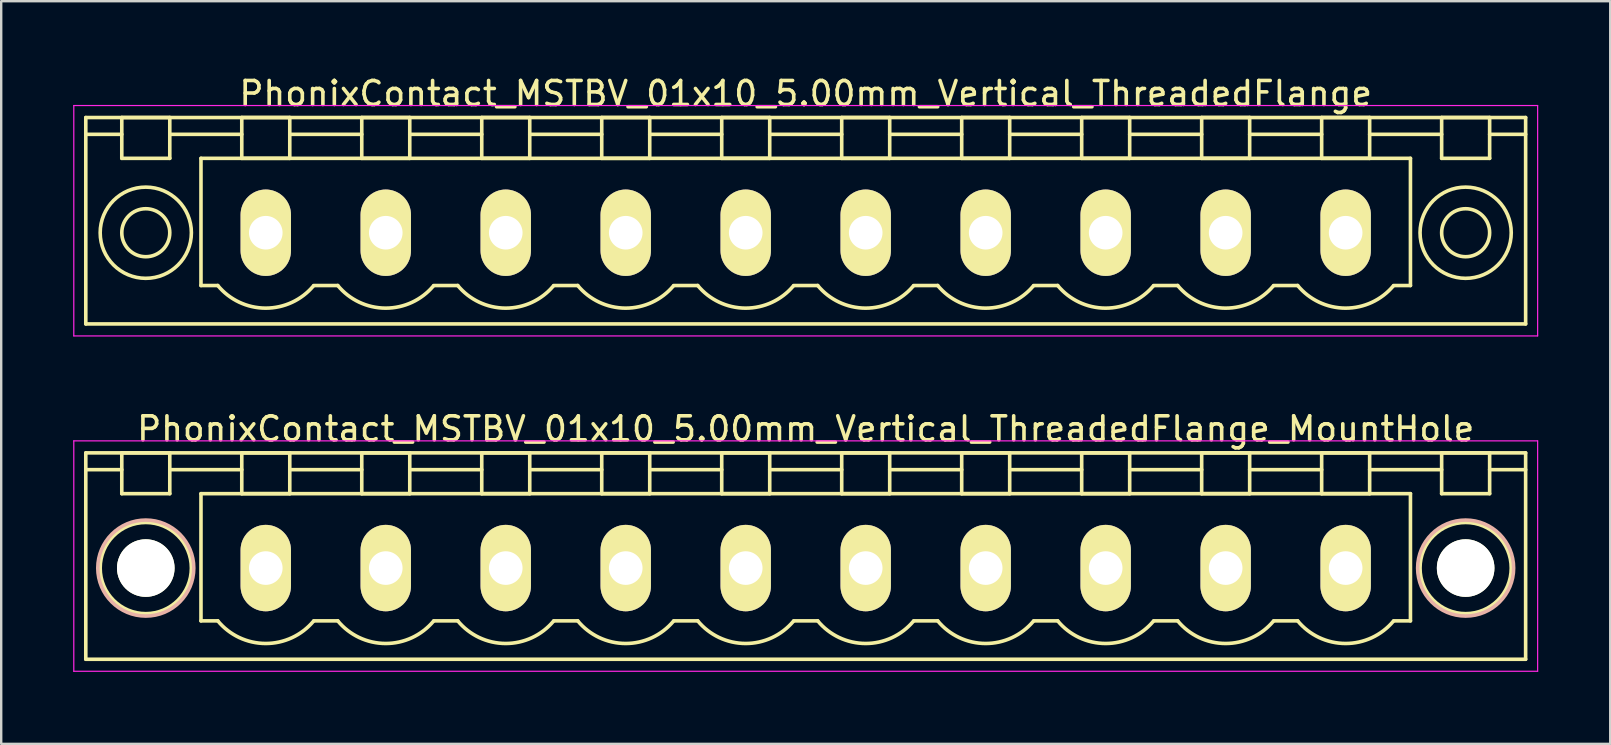
<source format=kicad_pcb>
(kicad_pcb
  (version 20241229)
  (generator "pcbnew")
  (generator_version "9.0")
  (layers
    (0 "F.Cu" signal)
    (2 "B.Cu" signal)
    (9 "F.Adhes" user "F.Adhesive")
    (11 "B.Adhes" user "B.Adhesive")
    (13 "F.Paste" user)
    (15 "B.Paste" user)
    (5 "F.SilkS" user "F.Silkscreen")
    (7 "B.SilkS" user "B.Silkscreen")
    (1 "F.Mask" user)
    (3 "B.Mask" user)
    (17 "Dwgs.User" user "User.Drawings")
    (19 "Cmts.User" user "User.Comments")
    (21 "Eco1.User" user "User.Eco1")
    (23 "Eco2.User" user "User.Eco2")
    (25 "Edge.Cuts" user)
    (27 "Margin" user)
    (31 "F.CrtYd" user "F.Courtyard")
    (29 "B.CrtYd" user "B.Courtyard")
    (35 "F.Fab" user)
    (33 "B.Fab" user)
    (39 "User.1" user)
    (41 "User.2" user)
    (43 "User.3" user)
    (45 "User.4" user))
  (footprint "PhonixContact_MSTBV_01x10_5.00mm_Vertical_ThreadedFlange"
    (layer "F.Cu")
    (at 8.025 6.648)
    (property "Reference" "PhonixContact_MSTBV_01x10_5.00mm_Vertical_ThreadedFlange" (at 22.5 -5.8 0) (layer "F.SilkS") (effects (font (size 1 1) (thickness 0.15))))
    (attr through_hole)
    (fp_line (start -7.5 -4.8) (end -7.5 3.8) (stroke (width 0.15) (type solid)) (layer "F.SilkS"))
    (fp_line (start -7.5 -4.1) (end -6 -4.1) (stroke (width 0.15) (type solid)) (layer "F.SilkS"))
    (fp_line (start -7.5 3.8) (end 52.5 3.8) (stroke (width 0.15) (type solid)) (layer "F.SilkS"))
    (fp_line (start -6 -4.8) (end -4 -4.8) (stroke (width 0.15) (type solid)) (layer "F.SilkS"))
    (fp_line (start -6 -3.1) (end -6 -4.8) (stroke (width 0.15) (type solid)) (layer "F.SilkS"))
    (fp_line (start -4 -4.8) (end -4 -3.1) (stroke (width 0.15) (type solid)) (layer "F.SilkS"))
    (fp_line (start -4 -4.1) (end -1 -4.1) (stroke (width 0.15) (type solid)) (layer "F.SilkS"))
    (fp_line (start -4 -3.1) (end -6 -3.1) (stroke (width 0.15) (type solid)) (layer "F.SilkS"))
    (fp_line (start -2.7 -3.1) (end 47.7 -3.1) (stroke (width 0.15) (type solid)) (layer "F.SilkS"))
    (fp_line (start -2.7 2.2) (end -2.7 -3.1) (stroke (width 0.15) (type solid)) (layer "F.SilkS"))
    (fp_line (start -2 2.2) (end -2.7 2.2) (stroke (width 0.15) (type solid)) (layer "F.SilkS"))
    (fp_line (start -1 -4.8) (end 1 -4.8) (stroke (width 0.15) (type solid)) (layer "F.SilkS"))
    (fp_line (start -1 -3.1) (end -1 -4.8) (stroke (width 0.15) (type solid)) (layer "F.SilkS"))
    (fp_line (start 1 -4.8) (end 1 -3.1) (stroke (width 0.15) (type solid)) (layer "F.SilkS"))
    (fp_line (start 1 -4.1) (end 4 -4.1) (stroke (width 0.15) (type solid)) (layer "F.SilkS"))
    (fp_line (start 1 -3.1) (end -1 -3.1) (stroke (width 0.15) (type solid)) (layer "F.SilkS"))
    (fp_line (start 2 2.2) (end 3 2.2) (stroke (width 0.15) (type solid)) (layer "F.SilkS"))
    (fp_line (start 4 -4.8) (end 6 -4.8) (stroke (width 0.15) (type solid)) (layer "F.SilkS"))
    (fp_line (start 4 -3.1) (end 4 -4.8) (stroke (width 0.15) (type solid)) (layer "F.SilkS"))
    (fp_line (start 6 -4.8) (end 6 -3.1) (stroke (width 0.15) (type solid)) (layer "F.SilkS"))
    (fp_line (start 6 -4.1) (end 9 -4.1) (stroke (width 0.15) (type solid)) (layer "F.SilkS"))
    (fp_line (start 6 -3.1) (end 4 -3.1) (stroke (width 0.15) (type solid)) (layer "F.SilkS"))
    (fp_line (start 7 2.2) (end 8 2.2) (stroke (width 0.15) (type solid)) (layer "F.SilkS"))
    (fp_line (start 9 -4.8) (end 11 -4.8) (stroke (width 0.15) (type solid)) (layer "F.SilkS"))
    (fp_line (start 9 -3.1) (end 9 -4.8) (stroke (width 0.15) (type solid)) (layer "F.SilkS"))
    (fp_line (start 11 -4.8) (end 11 -3.1) (stroke (width 0.15) (type solid)) (layer "F.SilkS"))
    (fp_line (start 11 -4.1) (end 14 -4.1) (stroke (width 0.15) (type solid)) (layer "F.SilkS"))
    (fp_line (start 11 -3.1) (end 9 -3.1) (stroke (width 0.15) (type solid)) (layer "F.SilkS"))
    (fp_line (start 12 2.2) (end 13 2.2) (stroke (width 0.15) (type solid)) (layer "F.SilkS"))
    (fp_line (start 14 -4.8) (end 16 -4.8) (stroke (width 0.15) (type solid)) (layer "F.SilkS"))
    (fp_line (start 14 -3.1) (end 14 -4.8) (stroke (width 0.15) (type solid)) (layer "F.SilkS"))
    (fp_line (start 16 -4.8) (end 16 -3.1) (stroke (width 0.15) (type solid)) (layer "F.SilkS"))
    (fp_line (start 16 -4.1) (end 19 -4.1) (stroke (width 0.15) (type solid)) (layer "F.SilkS"))
    (fp_line (start 16 -3.1) (end 14 -3.1) (stroke (width 0.15) (type solid)) (layer "F.SilkS"))
    (fp_line (start 17 2.2) (end 18 2.2) (stroke (width 0.15) (type solid)) (layer "F.SilkS"))
    (fp_line (start 19 -4.8) (end 21 -4.8) (stroke (width 0.15) (type solid)) (layer "F.SilkS"))
    (fp_line (start 19 -3.1) (end 19 -4.8) (stroke (width 0.15) (type solid)) (layer "F.SilkS"))
    (fp_line (start 21 -4.8) (end 21 -3.1) (stroke (width 0.15) (type solid)) (layer "F.SilkS"))
    (fp_line (start 21 -4.1) (end 24 -4.1) (stroke (width 0.15) (type solid)) (layer "F.SilkS"))
    (fp_line (start 21 -3.1) (end 19 -3.1) (stroke (width 0.15) (type solid)) (layer "F.SilkS"))
    (fp_line (start 22 2.2) (end 23 2.2) (stroke (width 0.15) (type solid)) (layer "F.SilkS"))
    (fp_line (start 24 -4.8) (end 26 -4.8) (stroke (width 0.15) (type solid)) (layer "F.SilkS"))
    (fp_line (start 24 -3.1) (end 24 -4.8) (stroke (width 0.15) (type solid)) (layer "F.SilkS"))
    (fp_line (start 26 -4.8) (end 26 -3.1) (stroke (width 0.15) (type solid)) (layer "F.SilkS"))
    (fp_line (start 26 -4.1) (end 29 -4.1) (stroke (width 0.15) (type solid)) (layer "F.SilkS"))
    (fp_line (start 26 -3.1) (end 24 -3.1) (stroke (width 0.15) (type solid)) (layer "F.SilkS"))
    (fp_line (start 27 2.2) (end 28 2.2) (stroke (width 0.15) (type solid)) (layer "F.SilkS"))
    (fp_line (start 29 -4.8) (end 31 -4.8) (stroke (width 0.15) (type solid)) (layer "F.SilkS"))
    (fp_line (start 29 -3.1) (end 29 -4.8) (stroke (width 0.15) (type solid)) (layer "F.SilkS"))
    (fp_line (start 31 -4.8) (end 31 -3.1) (stroke (width 0.15) (type solid)) (layer "F.SilkS"))
    (fp_line (start 31 -4.1) (end 34 -4.1) (stroke (width 0.15) (type solid)) (layer "F.SilkS"))
    (fp_line (start 31 -3.1) (end 29 -3.1) (stroke (width 0.15) (type solid)) (layer "F.SilkS"))
    (fp_line (start 32 2.2) (end 33 2.2) (stroke (width 0.15) (type solid)) (layer "F.SilkS"))
    (fp_line (start 34 -4.8) (end 36 -4.8) (stroke (width 0.15) (type solid)) (layer "F.SilkS"))
    (fp_line (start 34 -3.1) (end 34 -4.8) (stroke (width 0.15) (type solid)) (layer "F.SilkS"))
    (fp_line (start 36 -4.8) (end 36 -3.1) (stroke (width 0.15) (type solid)) (layer "F.SilkS"))
    (fp_line (start 36 -4.1) (end 39 -4.1) (stroke (width 0.15) (type solid)) (layer "F.SilkS"))
    (fp_line (start 36 -3.1) (end 34 -3.1) (stroke (width 0.15) (type solid)) (layer "F.SilkS"))
    (fp_line (start 37 2.2) (end 38 2.2) (stroke (width 0.15) (type solid)) (layer "F.SilkS"))
    (fp_line (start 39 -4.8) (end 41 -4.8) (stroke (width 0.15) (type solid)) (layer "F.SilkS"))
    (fp_line (start 39 -3.1) (end 39 -4.8) (stroke (width 0.15) (type solid)) (layer "F.SilkS"))
    (fp_line (start 41 -4.8) (end 41 -3.1) (stroke (width 0.15) (type solid)) (layer "F.SilkS"))
    (fp_line (start 41 -4.1) (end 44 -4.1) (stroke (width 0.15) (type solid)) (layer "F.SilkS"))
    (fp_line (start 41 -3.1) (end 39 -3.1) (stroke (width 0.15) (type solid)) (layer "F.SilkS"))
    (fp_line (start 42 2.2) (end 43 2.2) (stroke (width 0.15) (type solid)) (layer "F.SilkS"))
    (fp_line (start 44 -4.8) (end 46 -4.8) (stroke (width 0.15) (type solid)) (layer "F.SilkS"))
    (fp_line (start 44 -3.1) (end 44 -4.8) (stroke (width 0.15) (type solid)) (layer "F.SilkS"))
    (fp_line (start 46 -4.8) (end 46 -3.1) (stroke (width 0.15) (type solid)) (layer "F.SilkS"))
    (fp_line (start 46 -4.1) (end 49 -4.1) (stroke (width 0.15) (type solid)) (layer "F.SilkS"))
    (fp_line (start 46 -3.1) (end 44 -3.1) (stroke (width 0.15) (type solid)) (layer "F.SilkS"))
    (fp_line (start 47.7 -3.1) (end 47.7 2.2) (stroke (width 0.15) (type solid)) (layer "F.SilkS"))
    (fp_line (start 47.7 2.2) (end 47 2.2) (stroke (width 0.15) (type solid)) (layer "F.SilkS"))
    (fp_line (start 49 -4.8) (end 51 -4.8) (stroke (width 0.15) (type solid)) (layer "F.SilkS"))
    (fp_line (start 49 -3.1) (end 49 -4.8) (stroke (width 0.15) (type solid)) (layer "F.SilkS"))
    (fp_line (start 51 -4.8) (end 51 -3.1) (stroke (width 0.15) (type solid)) (layer "F.SilkS"))
    (fp_line (start 51 -3.1) (end 49 -3.1) (stroke (width 0.15) (type solid)) (layer "F.SilkS"))
    (fp_line (start 52.5 -4.8) (end -7.5 -4.8) (stroke (width 0.15) (type solid)) (layer "F.SilkS"))
    (fp_line (start 52.5 -4.1) (end 51 -4.1) (stroke (width 0.15) (type solid)) (layer "F.SilkS"))
    (fp_line (start 52.5 3.8) (end 52.5 -4.8) (stroke (width 0.15) (type solid)) (layer "F.SilkS"))
    (fp_arc (start 1.986842 2.215821) (mid -0.010289 3.142758) (end -2 2.2) (stroke (width 0.15) (type solid)) (layer "F.SilkS"))
    (fp_arc (start 6.986842 2.215821) (mid 4.989711 3.142758) (end 3 2.2) (stroke (width 0.15) (type solid)) (layer "F.SilkS"))
    (fp_arc (start 11.986842 2.215821) (mid 9.989711 3.142758) (end 8 2.2) (stroke (width 0.15) (type solid)) (layer "F.SilkS"))
    (fp_arc (start 16.986842 2.215821) (mid 14.989711 3.142758) (end 13 2.2) (stroke (width 0.15) (type solid)) (layer "F.SilkS"))
    (fp_arc (start 21.986842 2.215821) (mid 19.989711 3.142758) (end 18 2.2) (stroke (width 0.15) (type solid)) (layer "F.SilkS"))
    (fp_arc (start 26.986842 2.215821) (mid 24.989711 3.142758) (end 23 2.2) (stroke (width 0.15) (type solid)) (layer "F.SilkS"))
    (fp_arc (start 31.986842 2.215821) (mid 29.989711 3.142758) (end 28 2.2) (stroke (width 0.15) (type solid)) (layer "F.SilkS"))
    (fp_arc (start 36.986842 2.215821) (mid 34.989711 3.142758) (end 33 2.2) (stroke (width 0.15) (type solid)) (layer "F.SilkS"))
    (fp_arc (start 41.986842 2.215821) (mid 39.989711 3.142758) (end 38 2.2) (stroke (width 0.15) (type solid)) (layer "F.SilkS"))
    (fp_arc (start 46.986842 2.215821) (mid 44.989711 3.142758) (end 43 2.2) (stroke (width 0.15) (type solid)) (layer "F.SilkS"))
    (fp_circle (center -5 0) (end -4 0) (stroke (width 0.15) (type solid)) (fill no) (layer "F.SilkS"))
    (fp_circle (center -5 0) (end -3.1 0) (stroke (width 0.15) (type solid)) (fill no) (layer "F.SilkS"))
    (fp_circle (center 50 0) (end 51 0) (stroke (width 0.15) (type solid)) (fill no) (layer "F.SilkS"))
    (fp_circle (center 50 0) (end 51.9 0) (stroke (width 0.15) (type solid)) (fill no) (layer "F.SilkS"))
    (fp_line (start -8 -5.3) (end -8 4.3) (stroke (width 0.05) (type solid)) (layer "F.CrtYd"))
    (fp_line (start -8 4.3) (end 53 4.3) (stroke (width 0.05) (type solid)) (layer "F.CrtYd"))
    (fp_line (start 53 -5.3) (end -8 -5.3) (stroke (width 0.05) (type solid)) (layer "F.CrtYd"))
    (fp_line (start 53 4.3) (end 53 -5.3) (stroke (width 0.05) (type solid)) (layer "F.CrtYd"))
    (pad "1" thru_hole oval (at 0 0) (size 2.1 3.6) (drill 1.4) (layers "*.Cu" "*.Mask" "F.SilkS"))
    (pad "2" thru_hole oval (at 5 0) (size 2.1 3.6) (drill 1.4) (layers "*.Cu" "*.Mask" "F.SilkS"))
    (pad "3" thru_hole oval (at 10 0) (size 2.1 3.6) (drill 1.4) (layers "*.Cu" "*.Mask" "F.SilkS"))
    (pad "4" thru_hole oval (at 15 0) (size 2.1 3.6) (drill 1.4) (layers "*.Cu" "*.Mask" "F.SilkS"))
    (pad "5" thru_hole oval (at 20 0) (size 2.1 3.6) (drill 1.4) (layers "*.Cu" "*.Mask" "F.SilkS"))
    (pad "6" thru_hole oval (at 25 0) (size 2.1 3.6) (drill 1.4) (layers "*.Cu" "*.Mask" "F.SilkS"))
    (pad "7" thru_hole oval (at 30 0) (size 2.1 3.6) (drill 1.4) (layers "*.Cu" "*.Mask" "F.SilkS"))
    (pad "8" thru_hole oval (at 35 0) (size 2.1 3.6) (drill 1.4) (layers "*.Cu" "*.Mask" "F.SilkS"))
    (pad "9" thru_hole oval (at 40 0) (size 2.1 3.6) (drill 1.4) (layers "*.Cu" "*.Mask" "F.SilkS"))
    (pad "10" thru_hole oval (at 45 0) (size 2.1 3.6) (drill 1.4) (layers "*.Cu" "*.Mask" "F.SilkS")))
  (footprint "PhonixContact_MSTBV_01x10_5.00mm_Vertical_ThreadedFlange_MountHole"
    (layer "F.Cu")
    (at 8.025 20.622)
    (property "Reference" "PhonixContact_MSTBV_01x10_5.00mm_Vertical_ThreadedFlange_MountHole" (at 22.5 -5.8 0) (layer "F.SilkS") (effects (font (size 1 1) (thickness 0.15))))
    (attr through_hole)
    (fp_line (start -7.5 -4.8) (end -7.5 3.8) (stroke (width 0.15) (type solid)) (layer "F.SilkS"))
    (fp_line (start -7.5 -4.1) (end -6 -4.1) (stroke (width 0.15) (type solid)) (layer "F.SilkS"))
    (fp_line (start -7.5 3.8) (end 52.5 3.8) (stroke (width 0.15) (type solid)) (layer "F.SilkS"))
    (fp_line (start -6 -4.8) (end -4 -4.8) (stroke (width 0.15) (type solid)) (layer "F.SilkS"))
    (fp_line (start -6 -3.1) (end -6 -4.8) (stroke (width 0.15) (type solid)) (layer "F.SilkS"))
    (fp_line (start -4 -4.8) (end -4 -3.1) (stroke (width 0.15) (type solid)) (layer "F.SilkS"))
    (fp_line (start -4 -4.1) (end -1 -4.1) (stroke (width 0.15) (type solid)) (layer "F.SilkS"))
    (fp_line (start -4 -3.1) (end -6 -3.1) (stroke (width 0.15) (type solid)) (layer "F.SilkS"))
    (fp_line (start -2.7 -3.1) (end 47.7 -3.1) (stroke (width 0.15) (type solid)) (layer "F.SilkS"))
    (fp_line (start -2.7 2.2) (end -2.7 -3.1) (stroke (width 0.15) (type solid)) (layer "F.SilkS"))
    (fp_line (start -2 2.2) (end -2.7 2.2) (stroke (width 0.15) (type solid)) (layer "F.SilkS"))
    (fp_line (start -1 -4.8) (end 1 -4.8) (stroke (width 0.15) (type solid)) (layer "F.SilkS"))
    (fp_line (start -1 -3.1) (end -1 -4.8) (stroke (width 0.15) (type solid)) (layer "F.SilkS"))
    (fp_line (start 1 -4.8) (end 1 -3.1) (stroke (width 0.15) (type solid)) (layer "F.SilkS"))
    (fp_line (start 1 -4.1) (end 4 -4.1) (stroke (width 0.15) (type solid)) (layer "F.SilkS"))
    (fp_line (start 1 -3.1) (end -1 -3.1) (stroke (width 0.15) (type solid)) (layer "F.SilkS"))
    (fp_line (start 2 2.2) (end 3 2.2) (stroke (width 0.15) (type solid)) (layer "F.SilkS"))
    (fp_line (start 4 -4.8) (end 6 -4.8) (stroke (width 0.15) (type solid)) (layer "F.SilkS"))
    (fp_line (start 4 -3.1) (end 4 -4.8) (stroke (width 0.15) (type solid)) (layer "F.SilkS"))
    (fp_line (start 6 -4.8) (end 6 -3.1) (stroke (width 0.15) (type solid)) (layer "F.SilkS"))
    (fp_line (start 6 -4.1) (end 9 -4.1) (stroke (width 0.15) (type solid)) (layer "F.SilkS"))
    (fp_line (start 6 -3.1) (end 4 -3.1) (stroke (width 0.15) (type solid)) (layer "F.SilkS"))
    (fp_line (start 7 2.2) (end 8 2.2) (stroke (width 0.15) (type solid)) (layer "F.SilkS"))
    (fp_line (start 9 -4.8) (end 11 -4.8) (stroke (width 0.15) (type solid)) (layer "F.SilkS"))
    (fp_line (start 9 -3.1) (end 9 -4.8) (stroke (width 0.15) (type solid)) (layer "F.SilkS"))
    (fp_line (start 11 -4.8) (end 11 -3.1) (stroke (width 0.15) (type solid)) (layer "F.SilkS"))
    (fp_line (start 11 -4.1) (end 14 -4.1) (stroke (width 0.15) (type solid)) (layer "F.SilkS"))
    (fp_line (start 11 -3.1) (end 9 -3.1) (stroke (width 0.15) (type solid)) (layer "F.SilkS"))
    (fp_line (start 12 2.2) (end 13 2.2) (stroke (width 0.15) (type solid)) (layer "F.SilkS"))
    (fp_line (start 14 -4.8) (end 16 -4.8) (stroke (width 0.15) (type solid)) (layer "F.SilkS"))
    (fp_line (start 14 -3.1) (end 14 -4.8) (stroke (width 0.15) (type solid)) (layer "F.SilkS"))
    (fp_line (start 16 -4.8) (end 16 -3.1) (stroke (width 0.15) (type solid)) (layer "F.SilkS"))
    (fp_line (start 16 -4.1) (end 19 -4.1) (stroke (width 0.15) (type solid)) (layer "F.SilkS"))
    (fp_line (start 16 -3.1) (end 14 -3.1) (stroke (width 0.15) (type solid)) (layer "F.SilkS"))
    (fp_line (start 17 2.2) (end 18 2.2) (stroke (width 0.15) (type solid)) (layer "F.SilkS"))
    (fp_line (start 19 -4.8) (end 21 -4.8) (stroke (width 0.15) (type solid)) (layer "F.SilkS"))
    (fp_line (start 19 -3.1) (end 19 -4.8) (stroke (width 0.15) (type solid)) (layer "F.SilkS"))
    (fp_line (start 21 -4.8) (end 21 -3.1) (stroke (width 0.15) (type solid)) (layer "F.SilkS"))
    (fp_line (start 21 -4.1) (end 24 -4.1) (stroke (width 0.15) (type solid)) (layer "F.SilkS"))
    (fp_line (start 21 -3.1) (end 19 -3.1) (stroke (width 0.15) (type solid)) (layer "F.SilkS"))
    (fp_line (start 22 2.2) (end 23 2.2) (stroke (width 0.15) (type solid)) (layer "F.SilkS"))
    (fp_line (start 24 -4.8) (end 26 -4.8) (stroke (width 0.15) (type solid)) (layer "F.SilkS"))
    (fp_line (start 24 -3.1) (end 24 -4.8) (stroke (width 0.15) (type solid)) (layer "F.SilkS"))
    (fp_line (start 26 -4.8) (end 26 -3.1) (stroke (width 0.15) (type solid)) (layer "F.SilkS"))
    (fp_line (start 26 -4.1) (end 29 -4.1) (stroke (width 0.15) (type solid)) (layer "F.SilkS"))
    (fp_line (start 26 -3.1) (end 24 -3.1) (stroke (width 0.15) (type solid)) (layer "F.SilkS"))
    (fp_line (start 27 2.2) (end 28 2.2) (stroke (width 0.15) (type solid)) (layer "F.SilkS"))
    (fp_line (start 29 -4.8) (end 31 -4.8) (stroke (width 0.15) (type solid)) (layer "F.SilkS"))
    (fp_line (start 29 -3.1) (end 29 -4.8) (stroke (width 0.15) (type solid)) (layer "F.SilkS"))
    (fp_line (start 31 -4.8) (end 31 -3.1) (stroke (width 0.15) (type solid)) (layer "F.SilkS"))
    (fp_line (start 31 -4.1) (end 34 -4.1) (stroke (width 0.15) (type solid)) (layer "F.SilkS"))
    (fp_line (start 31 -3.1) (end 29 -3.1) (stroke (width 0.15) (type solid)) (layer "F.SilkS"))
    (fp_line (start 32 2.2) (end 33 2.2) (stroke (width 0.15) (type solid)) (layer "F.SilkS"))
    (fp_line (start 34 -4.8) (end 36 -4.8) (stroke (width 0.15) (type solid)) (layer "F.SilkS"))
    (fp_line (start 34 -3.1) (end 34 -4.8) (stroke (width 0.15) (type solid)) (layer "F.SilkS"))
    (fp_line (start 36 -4.8) (end 36 -3.1) (stroke (width 0.15) (type solid)) (layer "F.SilkS"))
    (fp_line (start 36 -4.1) (end 39 -4.1) (stroke (width 0.15) (type solid)) (layer "F.SilkS"))
    (fp_line (start 36 -3.1) (end 34 -3.1) (stroke (width 0.15) (type solid)) (layer "F.SilkS"))
    (fp_line (start 37 2.2) (end 38 2.2) (stroke (width 0.15) (type solid)) (layer "F.SilkS"))
    (fp_line (start 39 -4.8) (end 41 -4.8) (stroke (width 0.15) (type solid)) (layer "F.SilkS"))
    (fp_line (start 39 -3.1) (end 39 -4.8) (stroke (width 0.15) (type solid)) (layer "F.SilkS"))
    (fp_line (start 41 -4.8) (end 41 -3.1) (stroke (width 0.15) (type solid)) (layer "F.SilkS"))
    (fp_line (start 41 -4.1) (end 44 -4.1) (stroke (width 0.15) (type solid)) (layer "F.SilkS"))
    (fp_line (start 41 -3.1) (end 39 -3.1) (stroke (width 0.15) (type solid)) (layer "F.SilkS"))
    (fp_line (start 42 2.2) (end 43 2.2) (stroke (width 0.15) (type solid)) (layer "F.SilkS"))
    (fp_line (start 44 -4.8) (end 46 -4.8) (stroke (width 0.15) (type solid)) (layer "F.SilkS"))
    (fp_line (start 44 -3.1) (end 44 -4.8) (stroke (width 0.15) (type solid)) (layer "F.SilkS"))
    (fp_line (start 46 -4.8) (end 46 -3.1) (stroke (width 0.15) (type solid)) (layer "F.SilkS"))
    (fp_line (start 46 -4.1) (end 49 -4.1) (stroke (width 0.15) (type solid)) (layer "F.SilkS"))
    (fp_line (start 46 -3.1) (end 44 -3.1) (stroke (width 0.15) (type solid)) (layer "F.SilkS"))
    (fp_line (start 47.7 -3.1) (end 47.7 2.2) (stroke (width 0.15) (type solid)) (layer "F.SilkS"))
    (fp_line (start 47.7 2.2) (end 47 2.2) (stroke (width 0.15) (type solid)) (layer "F.SilkS"))
    (fp_line (start 49 -4.8) (end 51 -4.8) (stroke (width 0.15) (type solid)) (layer "F.SilkS"))
    (fp_line (start 49 -3.1) (end 49 -4.8) (stroke (width 0.15) (type solid)) (layer "F.SilkS"))
    (fp_line (start 51 -4.8) (end 51 -3.1) (stroke (width 0.15) (type solid)) (layer "F.SilkS"))
    (fp_line (start 51 -3.1) (end 49 -3.1) (stroke (width 0.15) (type solid)) (layer "F.SilkS"))
    (fp_line (start 52.5 -4.8) (end -7.5 -4.8) (stroke (width 0.15) (type solid)) (layer "F.SilkS"))
    (fp_line (start 52.5 -4.1) (end 51 -4.1) (stroke (width 0.15) (type solid)) (layer "F.SilkS"))
    (fp_line (start 52.5 3.8) (end 52.5 -4.8) (stroke (width 0.15) (type solid)) (layer "F.SilkS"))
    (fp_arc (start 1.986842 2.215821) (mid -0.010289 3.142758) (end -2 2.2) (stroke (width 0.15) (type solid)) (layer "F.SilkS"))
    (fp_arc (start 6.986842 2.215821) (mid 4.989711 3.142758) (end 3 2.2) (stroke (width 0.15) (type solid)) (layer "F.SilkS"))
    (fp_arc (start 11.986842 2.215821) (mid 9.989711 3.142758) (end 8 2.2) (stroke (width 0.15) (type solid)) (layer "F.SilkS"))
    (fp_arc (start 16.986842 2.215821) (mid 14.989711 3.142758) (end 13 2.2) (stroke (width 0.15) (type solid)) (layer "F.SilkS"))
    (fp_arc (start 21.986842 2.215821) (mid 19.989711 3.142758) (end 18 2.2) (stroke (width 0.15) (type solid)) (layer "F.SilkS"))
    (fp_arc (start 26.986842 2.215821) (mid 24.989711 3.142758) (end 23 2.2) (stroke (width 0.15) (type solid)) (layer "F.SilkS"))
    (fp_arc (start 31.986842 2.215821) (mid 29.989711 3.142758) (end 28 2.2) (stroke (width 0.15) (type solid)) (layer "F.SilkS"))
    (fp_arc (start 36.986842 2.215821) (mid 34.989711 3.142758) (end 33 2.2) (stroke (width 0.15) (type solid)) (layer "F.SilkS"))
    (fp_arc (start 41.986842 2.215821) (mid 39.989711 3.142758) (end 38 2.2) (stroke (width 0.15) (type solid)) (layer "F.SilkS"))
    (fp_arc (start 46.986842 2.215821) (mid 44.989711 3.142758) (end 43 2.2) (stroke (width 0.15) (type solid)) (layer "F.SilkS"))
    (fp_circle (center -5 0) (end -4 0) (stroke (width 0.15) (type solid)) (fill no) (layer "F.SilkS"))
    (fp_circle (center -5 0) (end -3.1 0) (stroke (width 0.15) (type solid)) (fill no) (layer "F.SilkS"))
    (fp_circle (center 50 0) (end 51 0) (stroke (width 0.15) (type solid)) (fill no) (layer "F.SilkS"))
    (fp_circle (center 50 0) (end 51.9 0) (stroke (width 0.15) (type solid)) (fill no) (layer "F.SilkS"))
    (fp_circle (center -5 0) (end -3 0) (stroke (width 0.15) (type solid)) (fill no) (layer "B.SilkS"))
    (fp_circle (center 50 0) (end 52 0) (stroke (width 0.15) (type solid)) (fill no) (layer "B.SilkS"))
    (fp_line (start -8 -5.3) (end -8 4.3) (stroke (width 0.05) (type solid)) (layer "F.CrtYd"))
    (fp_line (start -8 4.3) (end 53 4.3) (stroke (width 0.05) (type solid)) (layer "F.CrtYd"))
    (fp_line (start 53 -5.3) (end -8 -5.3) (stroke (width 0.05) (type solid)) (layer "F.CrtYd"))
    (fp_line (start 53 4.3) (end 53 -5.3) (stroke (width 0.05) (type solid)) (layer "F.CrtYd"))
    (pad "" np_thru_hole circle (at -5 0) (size 2.4 2.4) (drill 2.4) (layers "*.Cu" "*.Mask" "F.SilkS"))
    (pad "" np_thru_hole circle (at 50 0) (size 2.4 2.4) (drill 2.4) (layers "*.Cu" "*.Mask" "F.SilkS"))
    (pad "1" thru_hole oval (at 0 0) (size 2.1 3.6) (drill 1.4) (layers "*.Cu" "*.Mask" "F.SilkS"))
    (pad "2" thru_hole oval (at 5 0) (size 2.1 3.6) (drill 1.4) (layers "*.Cu" "*.Mask" "F.SilkS"))
    (pad "3" thru_hole oval (at 10 0) (size 2.1 3.6) (drill 1.4) (layers "*.Cu" "*.Mask" "F.SilkS"))
    (pad "4" thru_hole oval (at 15 0) (size 2.1 3.6) (drill 1.4) (layers "*.Cu" "*.Mask" "F.SilkS"))
    (pad "5" thru_hole oval (at 20 0) (size 2.1 3.6) (drill 1.4) (layers "*.Cu" "*.Mask" "F.SilkS"))
    (pad "6" thru_hole oval (at 25 0) (size 2.1 3.6) (drill 1.4) (layers "*.Cu" "*.Mask" "F.SilkS"))
    (pad "7" thru_hole oval (at 30 0) (size 2.1 3.6) (drill 1.4) (layers "*.Cu" "*.Mask" "F.SilkS"))
    (pad "8" thru_hole oval (at 35 0) (size 2.1 3.6) (drill 1.4) (layers "*.Cu" "*.Mask" "F.SilkS"))
    (pad "9" thru_hole oval (at 40 0) (size 2.1 3.6) (drill 1.4) (layers "*.Cu" "*.Mask" "F.SilkS"))
    (pad "10" thru_hole oval (at 45 0) (size 2.1 3.6) (drill 1.4) (layers "*.Cu" "*.Mask" "F.SilkS")))
  (gr_rect
    (start -3 -3)
    (end 64.05 27.947)
    (stroke (width 0.1) (type default))
    (fill no)
    (layer "Edge.Cuts")))
</source>
